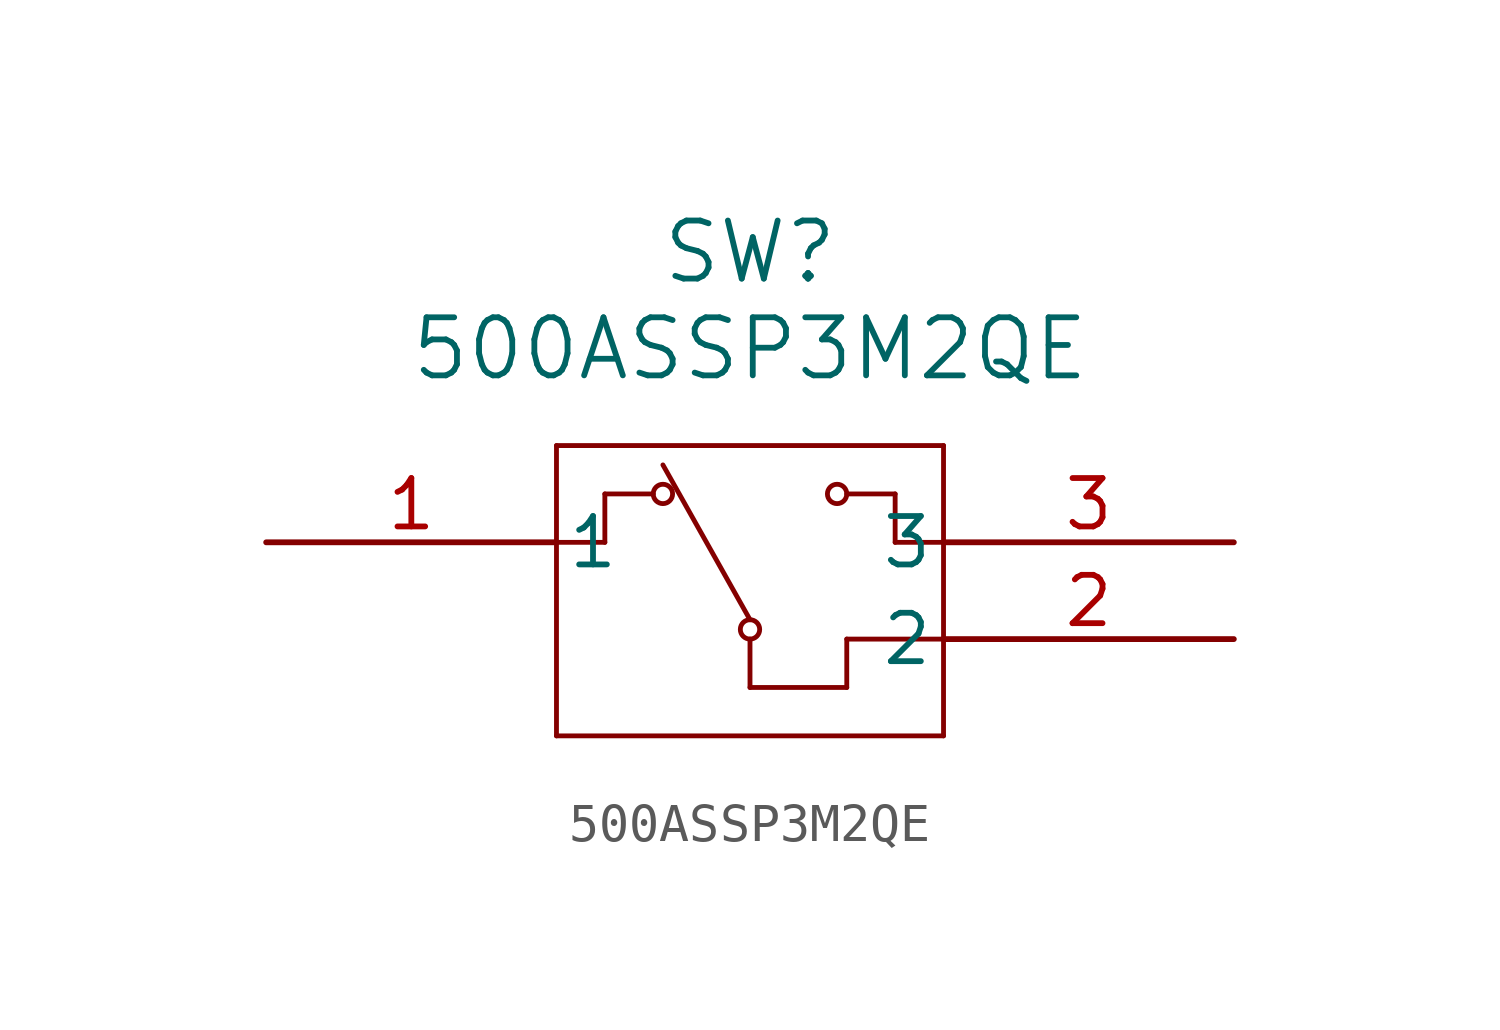
<source format=kicad_sym>
(kicad_symbol_lib
  (version 20211014)
  (generator kicad_symbol_editor)
  (symbol "500ASSP3M2QE"
    (pin_names
      (offset 0.254))
    (property "Reference" "SW"
      (at 12.7 7.62 0)
      (effects (font (size 1.524 1.524))))
    (property "Value" "500ASSP3M2QE"
      (at 12.7 5.08 0)
      (effects (font (size 1.524 1.524))))
    (symbol "500ASSP3M2QE_0_1"
      (polyline (pts (xy 7.62 2.54) (xy 7.62 -5.08)) (stroke (width 0.127) (type default) (color 0 0 0 0)) (fill (type none)))
      (polyline (pts (xy 7.62 -5.08) (xy 17.78 -5.08)) (stroke (width 0.127) (type default) (color 0 0 0 0)) (fill (type none)))
      (polyline (pts (xy 17.78 -5.08) (xy 17.78 2.54)) (stroke (width 0.127) (type default) (color 0 0 0 0)) (fill (type none)))
      (polyline (pts (xy 17.78 2.54) (xy 7.62 2.54)) (stroke (width 0.127) (type default) (color 0 0 0 0)) (fill (type none)))
      (polyline (pts (xy 8.89 1.27) (xy 10.16 1.27)) (stroke (width 0.127) (type default) (color 0 0 0 0)) (fill (type none)))
      (polyline (pts (xy 16.51 0) (xy 17.78 0)) (stroke (width 0.127) (type default) (color 0 0 0 0)) (fill (type none)))
      (polyline (pts (xy 17.78 -2.54) (xy 15.24 -2.54)) (stroke (width 0.127) (type default) (color 0 0 0 0)) (fill (type none)))
      (polyline (pts (xy 15.24 -2.54) (xy 15.24 -3.81)) (stroke (width 0.127) (type default) (color 0 0 0 0)) (fill (type none)))
      (polyline (pts (xy 15.24 -3.81) (xy 12.7 -3.81)) (stroke (width 0.127) (type default) (color 0 0 0 0)) (fill (type none)))
      (polyline (pts (xy 12.7 -3.81) (xy 12.7 -2.54)) (stroke (width 0.127) (type default) (color 0 0 0 0)) (fill (type none)))
      (circle (center 10.414 1.27) (radius 0.254) (stroke (width 0.127) (type default) (color 0 0 0 0)) (fill (type none)))
      (circle (center 14.986 1.27) (radius 0.254) (stroke (width 0.127) (type default) (color 0 0 0 0)) (fill (type none)))
      (circle (center 12.7 -2.286) (radius 0.254) (stroke (width 0.127) (type default) (color 0 0 0 0)) (fill (type none)))
      (polyline (pts (xy 12.7 -2.032) (xy 10.414 2.032)) (stroke (width 0.127) (type default) (color 0 0 0 0)) (fill (type none)))
      (polyline (pts (xy 7.62 0) (xy 8.89 0)) (stroke (width 0.127) (type default) (color 0 0 0 0)) (fill (type none)))
      (polyline (pts (xy 8.89 0) (xy 8.89 1.27)) (stroke (width 0.127) (type default) (color 0 0 0 0)) (fill (type none)))
      (polyline (pts (xy 15.24 1.27) (xy 16.51 1.27)) (stroke (width 0.127) (type default) (color 0 0 0 0)) (fill (type none)))
      (polyline (pts (xy 16.51 1.27) (xy 16.51 0)) (stroke (width 0.127) (type default) (color 0 0 0 0)) (fill (type none)))
      (pin unspecified line (at 0 0 0) (length 7.62) (name "1" (effects (font (size 1.27 1.27)))) (number "1" (effects (font (size 1.27 1.27)))))
      (pin unspecified line (at 25.4 -2.54 180) (length 7.62) (name "2" (effects (font (size 1.27 1.27)))) (number "2" (effects (font (size 1.27 1.27)))))
      (pin unspecified line (at 25.4 0 180) (length 7.62) (name "3" (effects (font (size 1.27 1.27)))) (number "3" (effects (font (size 1.27 1.27))))))))
</source>
